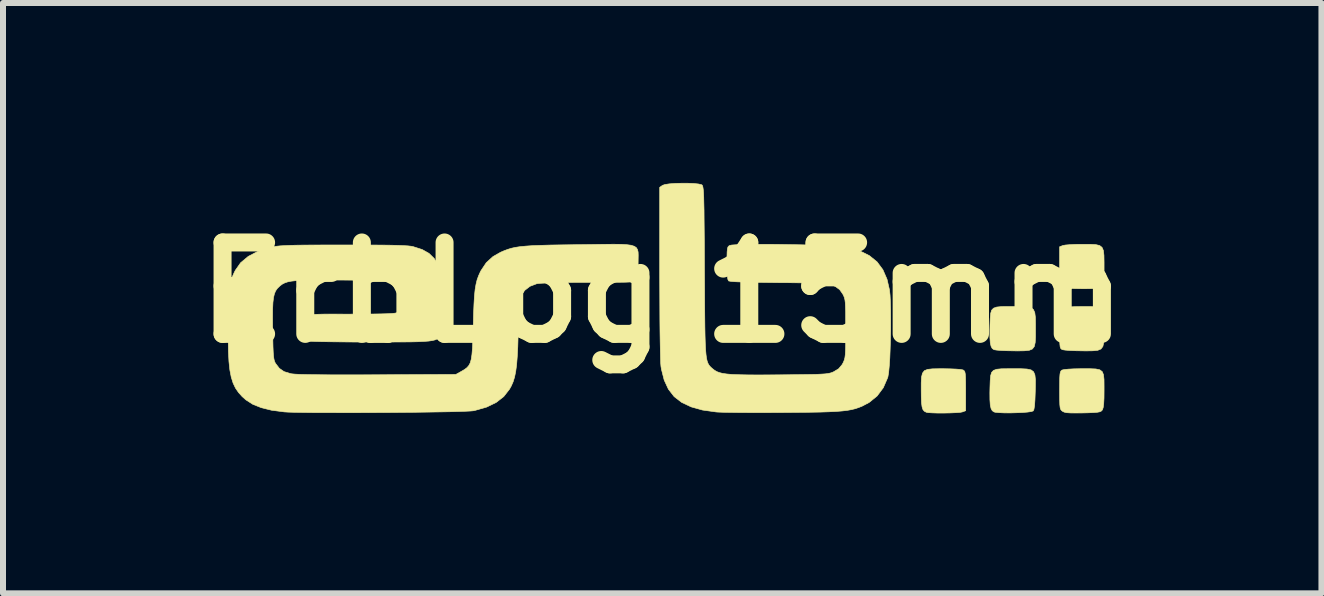
<source format=kicad_pcb>
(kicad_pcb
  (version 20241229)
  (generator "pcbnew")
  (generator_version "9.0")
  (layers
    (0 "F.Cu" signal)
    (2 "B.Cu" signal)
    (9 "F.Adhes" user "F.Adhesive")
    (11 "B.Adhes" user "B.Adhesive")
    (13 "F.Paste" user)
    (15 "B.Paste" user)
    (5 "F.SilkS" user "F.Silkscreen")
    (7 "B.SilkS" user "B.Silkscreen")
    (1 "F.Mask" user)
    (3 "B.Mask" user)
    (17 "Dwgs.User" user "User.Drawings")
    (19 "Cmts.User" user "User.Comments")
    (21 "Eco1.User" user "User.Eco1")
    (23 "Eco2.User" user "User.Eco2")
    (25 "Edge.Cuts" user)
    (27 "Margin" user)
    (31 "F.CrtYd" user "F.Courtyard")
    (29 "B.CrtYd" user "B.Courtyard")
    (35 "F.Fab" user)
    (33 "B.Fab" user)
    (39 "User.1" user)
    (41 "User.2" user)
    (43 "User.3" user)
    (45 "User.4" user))
  (footprint "ErbLog.15mm"
    (layer "F.Cu")
    (at 7.99 1.827)
    (property "Reference" "ErbLog.15mm" (at 0 0 0) (layer "F.SilkS") (effects (font (size 1.524 1.524) (thickness 0.3))))
    (attr through_hole)
    (fp_poly (pts (xy 7.135 -0.804) (xy 7.228 -0.799) (xy 7.292 -0.784) (xy 7.332 -0.753) (xy 7.355 -0.7) (xy 7.364 -0.62) (xy 7.366 -0.506) (xy 7.366 -0.425) (xy 7.366 -0.296) (xy 7.362 -0.202) (xy 7.348 -0.138) (xy 7.318 -0.097) (xy 7.267 -0.075) (xy 7.189 -0.066) (xy 7.078 -0.064) (xy 6.986 -0.064) (xy 6.877 -0.066) (xy 6.781 -0.07) (xy 6.708 -0.077) (xy 6.666 -0.085) (xy 6.662 -0.086) (xy 6.648 -0.099) (xy 6.638 -0.122) (xy 6.631 -0.161) (xy 6.627 -0.223) (xy 6.626 -0.315) (xy 6.625 -0.435) (xy 6.625 -0.763) (xy 6.679 -0.784) (xy 6.721 -0.792) (xy 6.794 -0.798) (xy 6.89 -0.803) (xy 6.998 -0.804) (xy 7.008 -0.804) (xy 7.135 -0.804)) (stroke (width 0.01) (type solid)) (fill yes) (layer "F.SilkS"))
    (fp_poly (pts (xy 5.846 0.233) (xy 5.981 0.233) (xy 6.079 0.238) (xy 6.146 0.252) (xy 6.188 0.283) (xy 6.211 0.334) (xy 6.221 0.413) (xy 6.223 0.525) (xy 6.223 0.603) (xy 6.223 0.737) (xy 6.218 0.833) (xy 6.203 0.899) (xy 6.171 0.941) (xy 6.118 0.963) (xy 6.038 0.971) (xy 5.924 0.973) (xy 5.858 0.972) (xy 5.749 0.97) (xy 5.653 0.966) (xy 5.578 0.96) (xy 5.534 0.953) (xy 5.531 0.952) (xy 5.502 0.933) (xy 5.482 0.896) (xy 5.469 0.838) (xy 5.463 0.752) (xy 5.462 0.633) (xy 5.464 0.541) (xy 5.468 0.43) (xy 5.475 0.35) (xy 5.491 0.295) (xy 5.523 0.261) (xy 5.576 0.242) (xy 5.656 0.234) (xy 5.77 0.233) (xy 5.846 0.233)) (stroke (width 0.01) (type solid)) (fill yes) (layer "F.SilkS"))
    (fp_poly (pts (xy 5.846 1.27) (xy 5.982 1.27) (xy 6.081 1.275) (xy 6.149 1.29) (xy 6.191 1.321) (xy 6.213 1.373) (xy 6.222 1.453) (xy 6.221 1.566) (xy 6.219 1.652) (xy 6.214 1.788) (xy 6.207 1.886) (xy 6.197 1.947) (xy 6.185 1.973) (xy 6.154 1.984) (xy 6.09 1.993) (xy 6.003 2) (xy 5.902 2.004) (xy 5.796 2.007) (xy 5.696 2.006) (xy 5.611 2.002) (xy 5.551 1.996) (xy 5.531 1.99) (xy 5.502 1.97) (xy 5.482 1.933) (xy 5.469 1.875) (xy 5.463 1.788) (xy 5.462 1.669) (xy 5.464 1.578) (xy 5.468 1.467) (xy 5.475 1.387) (xy 5.491 1.332) (xy 5.523 1.298) (xy 5.576 1.279) (xy 5.656 1.271) (xy 5.77 1.27) (xy 5.846 1.27)) (stroke (width 0.01) (type solid)) (fill yes) (layer "F.SilkS"))
    (fp_poly (pts (xy 7.136 0.233) (xy 7.23 0.238) (xy 7.294 0.254) (xy 7.334 0.286) (xy 7.355 0.34) (xy 7.364 0.422) (xy 7.366 0.538) (xy 7.366 0.603) (xy 7.366 0.737) (xy 7.361 0.833) (xy 7.346 0.899) (xy 7.314 0.941) (xy 7.261 0.963) (xy 7.181 0.971) (xy 7.067 0.973) (xy 7.001 0.972) (xy 6.892 0.97) (xy 6.795 0.966) (xy 6.72 0.96) (xy 6.676 0.953) (xy 6.673 0.952) (xy 6.655 0.943) (xy 6.642 0.929) (xy 6.634 0.904) (xy 6.629 0.86) (xy 6.626 0.791) (xy 6.625 0.691) (xy 6.625 0.603) (xy 6.625 0.274) (xy 6.679 0.253) (xy 6.721 0.246) (xy 6.794 0.239) (xy 6.89 0.235) (xy 6.998 0.233) (xy 7.008 0.233) (xy 7.136 0.233)) (stroke (width 0.01) (type solid)) (fill yes) (layer "F.SilkS"))
    (fp_poly (pts (xy 4.69 1.27) (xy 4.799 1.272) (xy 4.896 1.276) (xy 4.97 1.282) (xy 5.014 1.29) (xy 5.018 1.292) (xy 5.033 1.303) (xy 5.045 1.322) (xy 5.052 1.356) (xy 5.056 1.41) (xy 5.058 1.491) (xy 5.059 1.607) (xy 5.059 1.642) (xy 5.059 1.97) (xy 5.005 1.99) (xy 4.964 1.998) (xy 4.891 2.003) (xy 4.798 2.007) (xy 4.695 2.009) (xy 4.593 2.009) (xy 4.503 2.006) (xy 4.435 2.002) (xy 4.403 1.996) (xy 4.37 1.979) (xy 4.347 1.952) (xy 4.332 1.907) (xy 4.323 1.839) (xy 4.319 1.74) (xy 4.318 1.636) (xy 4.318 1.505) (xy 4.323 1.409) (xy 4.339 1.344) (xy 4.37 1.303) (xy 4.424 1.281) (xy 4.505 1.272) (xy 4.62 1.27) (xy 4.69 1.27)) (stroke (width 0.01) (type solid)) (fill yes) (layer "F.SilkS"))
    (fp_poly (pts (xy 7.134 1.27) (xy 7.229 1.274) (xy 7.294 1.288) (xy 7.335 1.318) (xy 7.356 1.369) (xy 7.365 1.448) (xy 7.366 1.559) (xy 7.366 1.633) (xy 7.365 1.761) (xy 7.36 1.853) (xy 7.352 1.915) (xy 7.34 1.952) (xy 7.336 1.959) (xy 7.32 1.976) (xy 7.295 1.988) (xy 7.254 1.996) (xy 7.19 2.001) (xy 7.096 2.005) (xy 7.013 2.007) (xy 6.891 2.008) (xy 6.803 2.007) (xy 6.743 2.003) (xy 6.703 1.994) (xy 6.675 1.981) (xy 6.673 1.979) (xy 6.654 1.964) (xy 6.641 1.944) (xy 6.633 1.914) (xy 6.628 1.865) (xy 6.626 1.79) (xy 6.625 1.683) (xy 6.625 1.629) (xy 6.626 1.507) (xy 6.627 1.42) (xy 6.631 1.362) (xy 6.638 1.326) (xy 6.649 1.305) (xy 6.664 1.293) (xy 6.666 1.292) (xy 6.702 1.284) (xy 6.771 1.277) (xy 6.864 1.272) (xy 6.972 1.27) (xy 7.001 1.27) (xy 7.134 1.27)) (stroke (width 0.01) (type solid)) (fill yes) (layer "F.SilkS"))
    (fp_poly (pts (xy 0.426 -1.822) (xy 0.524 -1.818) (xy 0.603 -1.81) (xy 0.654 -1.798) (xy 0.662 -1.794) (xy 0.669 -1.786) (xy 0.675 -1.771) (xy 0.68 -1.746) (xy 0.685 -1.709) (xy 0.689 -1.655) (xy 0.692 -1.583) (xy 0.694 -1.489) (xy 0.697 -1.37) (xy 0.698 -1.223) (xy 0.7 -1.045) (xy 0.702 -0.833) (xy 0.703 -0.585) (xy 0.704 -0.36) (xy 0.706 -0.07) (xy 0.707 0.18) (xy 0.709 0.394) (xy 0.711 0.576) (xy 0.714 0.727) (xy 0.718 0.851) (xy 0.723 0.952) (xy 0.73 1.032) (xy 0.738 1.094) (xy 0.749 1.142) (xy 0.762 1.178) (xy 0.777 1.206) (xy 0.795 1.229) (xy 0.816 1.25) (xy 0.839 1.27) (xy 0.871 1.295) (xy 0.907 1.317) (xy 0.951 1.334) (xy 1.006 1.348) (xy 1.077 1.358) (xy 1.168 1.366) (xy 1.282 1.37) (xy 1.424 1.373) (xy 1.598 1.374) (xy 1.808 1.373) (xy 1.951 1.372) (xy 2.158 1.37) (xy 2.328 1.368) (xy 2.464 1.366) (xy 2.571 1.364) (xy 2.653 1.36) (xy 2.716 1.356) (xy 2.763 1.35) (xy 2.798 1.343) (xy 2.827 1.334) (xy 2.854 1.323) (xy 2.861 1.319) (xy 2.941 1.271) (xy 2.997 1.204) (xy 3.01 1.182) (xy 3.025 1.151) (xy 3.037 1.12) (xy 3.046 1.083) (xy 3.052 1.034) (xy 3.056 0.967) (xy 3.058 0.875) (xy 3.058 0.753) (xy 3.059 0.603) (xy 3.058 0.447) (xy 3.058 0.326) (xy 3.055 0.236) (xy 3.052 0.17) (xy 3.046 0.122) (xy 3.037 0.085) (xy 3.025 0.054) (xy 3.01 0.025) (xy 2.958 -0.049) (xy 2.886 -0.101) (xy 2.861 -0.113) (xy 2.835 -0.125) (xy 2.807 -0.134) (xy 2.773 -0.142) (xy 2.73 -0.148) (xy 2.673 -0.153) (xy 2.596 -0.156) (xy 2.497 -0.159) (xy 2.37 -0.161) (xy 2.21 -0.163) (xy 2.014 -0.165) (xy 1.948 -0.165) (xy 1.707 -0.168) (xy 1.506 -0.171) (xy 1.345 -0.175) (xy 1.225 -0.18) (xy 1.146 -0.186) (xy 1.109 -0.193) (xy 1.107 -0.194) (xy 1.094 -0.22) (xy 1.086 -0.274) (xy 1.081 -0.362) (xy 1.079 -0.487) (xy 1.079 -0.489) (xy 1.08 -0.601) (xy 1.082 -0.678) (xy 1.087 -0.728) (xy 1.095 -0.758) (xy 1.109 -0.775) (xy 1.125 -0.785) (xy 1.159 -0.792) (xy 1.231 -0.797) (xy 1.334 -0.801) (xy 1.464 -0.803) (xy 1.614 -0.804) (xy 1.78 -0.804) (xy 1.955 -0.802) (xy 2.136 -0.799) (xy 2.316 -0.796) (xy 2.491 -0.791) (xy 2.654 -0.786) (xy 2.8 -0.779) (xy 2.924 -0.772) (xy 3.021 -0.765) (xy 3.086 -0.757) (xy 3.096 -0.755) (xy 3.293 -0.695) (xy 3.454 -0.615) (xy 3.582 -0.511) (xy 3.679 -0.38) (xy 3.748 -0.221) (xy 3.789 -0.042) (xy 3.798 0.041) (xy 3.804 0.156) (xy 3.808 0.294) (xy 3.809 0.449) (xy 3.809 0.613) (xy 3.805 0.779) (xy 3.8 0.941) (xy 3.794 1.091) (xy 3.785 1.223) (xy 3.775 1.329) (xy 3.763 1.402) (xy 3.759 1.418) (xy 3.686 1.586) (xy 3.583 1.724) (xy 3.449 1.833) (xy 3.331 1.895) (xy 3.275 1.917) (xy 3.219 1.936) (xy 3.158 1.951) (xy 3.087 1.964) (xy 3.004 1.974) (xy 2.903 1.982) (xy 2.781 1.988) (xy 2.633 1.993) (xy 2.455 1.996) (xy 2.243 1.998) (xy 2.011 2) (xy 1.808 2.001) (xy 1.612 2.002) (xy 1.429 2.001) (xy 1.264 2) (xy 1.122 1.998) (xy 1.008 1.996) (xy 0.928 1.993) (xy 0.899 1.991) (xy 0.672 1.959) (xy 0.482 1.906) (xy 0.325 1.832) (xy 0.199 1.735) (xy 0.103 1.611) (xy 0.033 1.46) (xy -0.013 1.28) (xy -0.021 1.231) (xy -0.025 1.185) (xy -0.028 1.1) (xy -0.031 0.98) (xy -0.034 0.829) (xy -0.037 0.651) (xy -0.039 0.448) (xy -0.04 0.226) (xy -0.041 -0.013) (xy -0.042 -0.265) (xy -0.042 -0.332) (xy -0.042 -1.754) (xy 0.005 -1.787) (xy 0.046 -1.801) (xy 0.119 -1.812) (xy 0.213 -1.819) (xy 0.319 -1.822) (xy 0.426 -1.822)) (stroke (width 0.01) (type solid)) (fill yes) (layer "F.SilkS"))
    (fp_poly (pts (xy -0.687 -0.804) (xy -0.59 -0.798) (xy -0.517 -0.788) (xy -0.465 -0.771) (xy -0.431 -0.748) (xy -0.412 -0.716) (xy -0.402 -0.675) (xy -0.4 -0.623) (xy -0.401 -0.56) (xy -0.402 -0.485) (xy -0.404 -0.386) (xy -0.409 -0.3) (xy -0.417 -0.237) (xy -0.424 -0.21) (xy -0.431 -0.2) (xy -0.443 -0.191) (xy -0.464 -0.184) (xy -0.499 -0.179) (xy -0.55 -0.175) (xy -0.623 -0.172) (xy -0.721 -0.171) (xy -0.849 -0.17) (xy -1.011 -0.169) (xy -1.211 -0.169) (xy -1.217 -0.169) (xy -1.436 -0.169) (xy -1.63 -0.167) (xy -1.795 -0.164) (xy -1.929 -0.159) (xy -2.028 -0.154) (xy -2.088 -0.148) (xy -2.095 -0.146) (xy -2.205 -0.104) (xy -2.294 -0.035) (xy -2.353 0.056) (xy -2.367 0.096) (xy -2.373 0.14) (xy -2.38 0.22) (xy -2.387 0.328) (xy -2.393 0.458) (xy -2.399 0.601) (xy -2.402 0.699) (xy -2.408 0.903) (xy -2.417 1.071) (xy -2.428 1.208) (xy -2.443 1.319) (xy -2.462 1.411) (xy -2.486 1.489) (xy -2.517 1.559) (xy -2.546 1.611) (xy -2.642 1.734) (xy -2.769 1.833) (xy -2.928 1.91) (xy -3.121 1.965) (xy -3.149 1.971) (xy -3.192 1.975) (xy -3.274 1.979) (xy -3.389 1.983) (xy -3.533 1.987) (xy -3.703 1.99) (xy -3.894 1.993) (xy -4.101 1.996) (xy -4.32 1.998) (xy -4.547 2) (xy -4.777 2.001) (xy -5.007 2.002) (xy -5.232 2.003) (xy -5.447 2.002) (xy -5.648 2.002) (xy -5.832 2.001) (xy -5.993 1.999) (xy -6.128 1.997) (xy -6.232 1.994) (xy -6.3 1.99) (xy -6.308 1.989) (xy -6.513 1.962) (xy -6.683 1.92) (xy -6.824 1.864) (xy -6.941 1.789) (xy -7.002 1.735) (xy -7.063 1.667) (xy -7.114 1.593) (xy -7.154 1.509) (xy -7.185 1.41) (xy -7.208 1.292) (xy -7.223 1.151) (xy -7.232 0.981) (xy -7.235 0.779) (xy -7.234 0.54) (xy -7.233 0.509) (xy -7.23 0.316) (xy -7.225 0.161) (xy -7.219 0.036) (xy -7.21 -0.064) (xy -7.198 -0.146) (xy -7.182 -0.213) (xy -7.162 -0.274) (xy -7.136 -0.333) (xy -7.117 -0.37) (xy -7.028 -0.497) (xy -6.902 -0.602) (xy -6.74 -0.687) (xy -6.541 -0.751) (xy -6.516 -0.757) (xy -6.475 -0.765) (xy -6.428 -0.772) (xy -6.372 -0.778) (xy -6.302 -0.782) (xy -6.215 -0.786) (xy -6.106 -0.789) (xy -5.971 -0.791) (xy -5.807 -0.792) (xy -5.609 -0.793) (xy -5.374 -0.793) (xy -5.313 -0.793) (xy -5.06 -0.793) (xy -4.846 -0.792) (xy -4.667 -0.791) (xy -4.521 -0.789) (xy -4.403 -0.786) (xy -4.31 -0.782) (xy -4.239 -0.778) (xy -4.187 -0.772) (xy -4.15 -0.765) (xy -4.149 -0.764) (xy -4.002 -0.717) (xy -3.888 -0.653) (xy -3.801 -0.568) (xy -3.731 -0.454) (xy -3.721 -0.434) (xy -3.706 -0.398) (xy -3.694 -0.361) (xy -3.685 -0.318) (xy -3.678 -0.263) (xy -3.673 -0.188) (xy -3.67 -0.089) (xy -3.667 0.042) (xy -3.665 0.165) (xy -3.663 0.325) (xy -3.663 0.449) (xy -3.664 0.541) (xy -3.667 0.607) (xy -3.673 0.654) (xy -3.681 0.686) (xy -3.691 0.708) (xy -3.694 0.712) (xy -3.711 0.737) (xy -3.73 0.758) (xy -3.754 0.775) (xy -3.786 0.789) (xy -3.832 0.8) (xy -3.892 0.809) (xy -3.973 0.815) (xy -4.076 0.82) (xy -4.206 0.823) (xy -4.367 0.824) (xy -4.561 0.825) (xy -4.792 0.825) (xy -4.894 0.825) (xy -5.121 0.825) (xy -5.327 0.823) (xy -5.509 0.821) (xy -5.664 0.819) (xy -5.789 0.816) (xy -5.88 0.812) (xy -5.934 0.808) (xy -5.948 0.805) (xy -5.966 0.777) (xy -5.979 0.718) (xy -5.987 0.622) (xy -5.987 0.617) (xy -5.991 0.551) (xy -5.993 0.497) (xy -5.991 0.454) (xy -5.979 0.421) (xy -5.955 0.397) (xy -5.914 0.38) (xy -5.852 0.369) (xy -5.765 0.363) (xy -5.65 0.36) (xy -5.502 0.359) (xy -5.319 0.36) (xy -5.2 0.36) (xy -4.991 0.359) (xy -4.821 0.358) (xy -4.687 0.356) (xy -4.583 0.353) (xy -4.508 0.349) (xy -4.456 0.344) (xy -4.426 0.337) (xy -4.415 0.332) (xy -4.397 0.313) (xy -4.386 0.284) (xy -4.382 0.234) (xy -4.383 0.155) (xy -4.385 0.11) (xy -4.389 0.017) (xy -4.396 -0.046) (xy -4.408 -0.087) (xy -4.429 -0.119) (xy -4.451 -0.142) (xy -4.509 -0.201) (xy -5.297 -0.208) (xy -5.526 -0.209) (xy -5.717 -0.21) (xy -5.874 -0.208) (xy -6 -0.205) (xy -6.101 -0.199) (xy -6.181 -0.19) (xy -6.243 -0.178) (xy -6.291 -0.162) (xy -6.331 -0.142) (xy -6.365 -0.117) (xy -6.38 -0.104) (xy -6.416 -0.069) (xy -6.444 -0.029) (xy -6.465 0.02) (xy -6.48 0.083) (xy -6.49 0.167) (xy -6.495 0.276) (xy -6.496 0.416) (xy -6.495 0.592) (xy -6.494 0.625) (xy -6.492 0.783) (xy -6.489 0.905) (xy -6.485 0.996) (xy -6.48 1.062) (xy -6.473 1.109) (xy -6.464 1.144) (xy -6.452 1.172) (xy -6.445 1.183) (xy -6.383 1.264) (xy -6.305 1.318) (xy -6.198 1.351) (xy -6.177 1.355) (xy -6.126 1.36) (xy -6.035 1.365) (xy -5.903 1.368) (xy -5.733 1.37) (xy -5.526 1.372) (xy -5.283 1.372) (xy -5.005 1.372) (xy -4.748 1.371) (xy -3.44 1.365) (xy -3.345 1.312) (xy -3.296 1.283) (xy -3.256 1.253) (xy -3.225 1.218) (xy -3.201 1.173) (xy -3.184 1.113) (xy -3.172 1.032) (xy -3.163 0.926) (xy -3.157 0.789) (xy -3.152 0.617) (xy -3.15 0.55) (xy -3.145 0.351) (xy -3.138 0.188) (xy -3.13 0.055) (xy -3.119 -0.052) (xy -3.104 -0.139) (xy -3.086 -0.213) (xy -3.062 -0.279) (xy -3.033 -0.343) (xy -3.021 -0.366) (xy -2.933 -0.498) (xy -2.822 -0.599) (xy -2.696 -0.671) (xy -2.636 -0.697) (xy -2.577 -0.719) (xy -2.516 -0.738) (xy -2.448 -0.753) (xy -2.369 -0.765) (xy -2.274 -0.774) (xy -2.159 -0.782) (xy -2.02 -0.787) (xy -1.851 -0.792) (xy -1.65 -0.795) (xy -1.411 -0.798) (xy -1.394 -0.798) (xy -1.163 -0.801) (xy -0.97 -0.804) (xy -0.813 -0.805) (xy -0.687 -0.804)) (stroke (width 0.01) (type solid)) (fill yes) (layer "F.SilkS")))
  (gr_rect
    (start -3 -3)
    (end 18.98 6.841)
    (stroke (width 0.1) (type default))
    (fill no)
    (layer "Edge.Cuts")))
</source>
